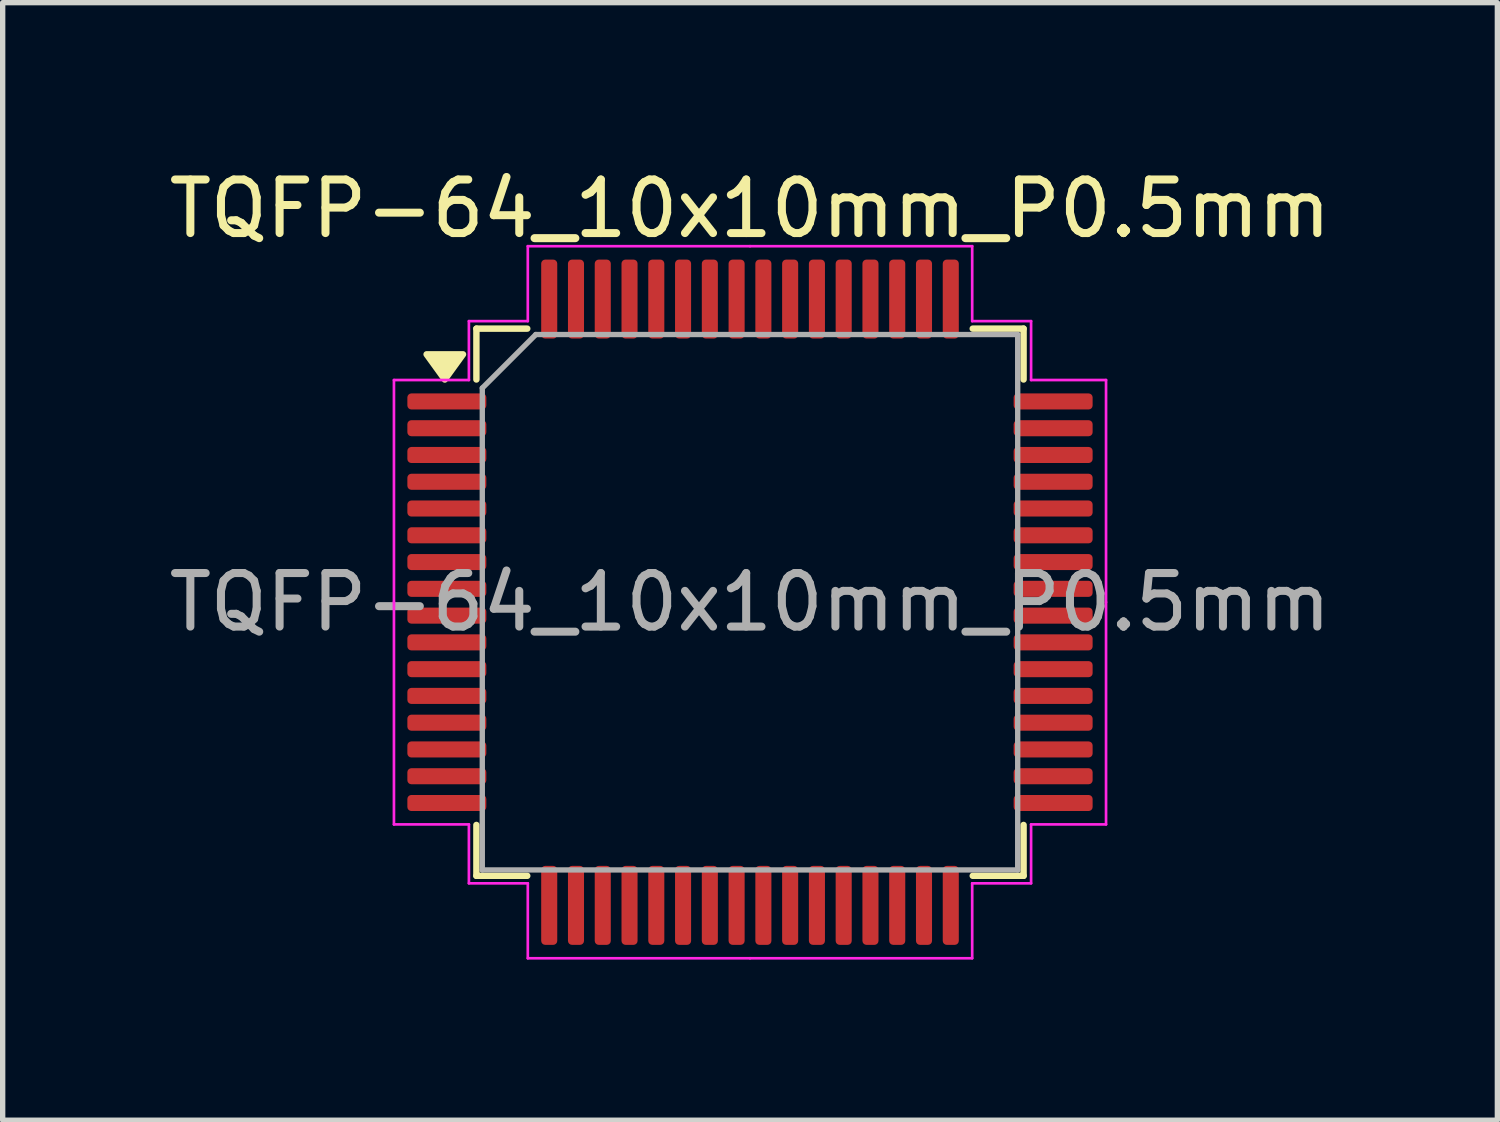
<source format=kicad_pcb>
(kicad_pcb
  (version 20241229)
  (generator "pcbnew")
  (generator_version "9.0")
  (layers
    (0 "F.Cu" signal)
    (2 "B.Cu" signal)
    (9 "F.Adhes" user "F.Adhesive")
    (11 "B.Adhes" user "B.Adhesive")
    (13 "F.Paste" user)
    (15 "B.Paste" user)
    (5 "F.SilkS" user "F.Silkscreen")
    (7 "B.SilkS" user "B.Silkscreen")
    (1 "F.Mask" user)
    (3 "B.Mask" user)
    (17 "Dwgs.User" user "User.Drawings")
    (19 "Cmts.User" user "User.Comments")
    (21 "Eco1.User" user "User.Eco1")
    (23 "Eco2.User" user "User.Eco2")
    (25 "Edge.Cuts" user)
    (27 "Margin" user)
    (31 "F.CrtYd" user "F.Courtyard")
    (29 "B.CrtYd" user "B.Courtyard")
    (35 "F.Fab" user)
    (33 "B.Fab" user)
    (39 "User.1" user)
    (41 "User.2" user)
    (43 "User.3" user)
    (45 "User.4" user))
  (footprint "TQFP-64_10x10mm_P0.5mm"
    (layer "F.Cu")
    (at 10.958 8.198)
    (property "Reference" "TQFP-64_10x10mm_P0.5mm" (at 0 -7.35 0) (layer "F.SilkS") (effects (font (size 1 1) (thickness 0.15))))
    (attr smd)
    (fp_line (start -5.11 -5.11) (end -5.11 -4.16) (stroke (width 0.12) (type solid)) (layer "F.SilkS"))
    (fp_line (start -5.11 5.11) (end -5.11 4.16) (stroke (width 0.12) (type solid)) (layer "F.SilkS"))
    (fp_line (start -4.16 -5.11) (end -5.11 -5.11) (stroke (width 0.12) (type solid)) (layer "F.SilkS"))
    (fp_line (start -4.16 5.11) (end -5.11 5.11) (stroke (width 0.12) (type solid)) (layer "F.SilkS"))
    (fp_line (start 4.16 -5.11) (end 5.11 -5.11) (stroke (width 0.12) (type solid)) (layer "F.SilkS"))
    (fp_line (start 4.16 5.11) (end 5.11 5.11) (stroke (width 0.12) (type solid)) (layer "F.SilkS"))
    (fp_line (start 5.11 -5.11) (end 5.11 -4.16) (stroke (width 0.12) (type solid)) (layer "F.SilkS"))
    (fp_line (start 5.11 5.11) (end 5.11 4.16) (stroke (width 0.12) (type solid)) (layer "F.SilkS"))
    (fp_poly (pts (xy -5.7 -4.16) (xy -6.04 -4.63) (xy -5.36 -4.63) (xy -5.7 -4.16)) (stroke (width 0.12) (type solid)) (fill yes) (layer "F.SilkS"))
    (fp_line (start -6.65 -4.15) (end -6.65 0) (stroke (width 0.05) (type solid)) (layer "F.CrtYd"))
    (fp_line (start -6.65 4.15) (end -6.65 0) (stroke (width 0.05) (type solid)) (layer "F.CrtYd"))
    (fp_line (start -5.25 -5.25) (end -5.25 -4.15) (stroke (width 0.05) (type solid)) (layer "F.CrtYd"))
    (fp_line (start -5.25 -4.15) (end -6.65 -4.15) (stroke (width 0.05) (type solid)) (layer "F.CrtYd"))
    (fp_line (start -5.25 4.15) (end -6.65 4.15) (stroke (width 0.05) (type solid)) (layer "F.CrtYd"))
    (fp_line (start -5.25 5.25) (end -5.25 4.15) (stroke (width 0.05) (type solid)) (layer "F.CrtYd"))
    (fp_line (start -4.15 -6.65) (end -4.15 -5.25) (stroke (width 0.05) (type solid)) (layer "F.CrtYd"))
    (fp_line (start -4.15 -5.25) (end -5.25 -5.25) (stroke (width 0.05) (type solid)) (layer "F.CrtYd"))
    (fp_line (start -4.15 5.25) (end -5.25 5.25) (stroke (width 0.05) (type solid)) (layer "F.CrtYd"))
    (fp_line (start -4.15 6.65) (end -4.15 5.25) (stroke (width 0.05) (type solid)) (layer "F.CrtYd"))
    (fp_line (start 0 -6.65) (end -4.15 -6.65) (stroke (width 0.05) (type solid)) (layer "F.CrtYd"))
    (fp_line (start 0 -6.65) (end 4.15 -6.65) (stroke (width 0.05) (type solid)) (layer "F.CrtYd"))
    (fp_line (start 0 6.65) (end -4.15 6.65) (stroke (width 0.05) (type solid)) (layer "F.CrtYd"))
    (fp_line (start 0 6.65) (end 4.15 6.65) (stroke (width 0.05) (type solid)) (layer "F.CrtYd"))
    (fp_line (start 4.15 -6.65) (end 4.15 -5.25) (stroke (width 0.05) (type solid)) (layer "F.CrtYd"))
    (fp_line (start 4.15 -5.25) (end 5.25 -5.25) (stroke (width 0.05) (type solid)) (layer "F.CrtYd"))
    (fp_line (start 4.15 5.25) (end 5.25 5.25) (stroke (width 0.05) (type solid)) (layer "F.CrtYd"))
    (fp_line (start 4.15 6.65) (end 4.15 5.25) (stroke (width 0.05) (type solid)) (layer "F.CrtYd"))
    (fp_line (start 5.25 -5.25) (end 5.25 -4.15) (stroke (width 0.05) (type solid)) (layer "F.CrtYd"))
    (fp_line (start 5.25 -4.15) (end 6.65 -4.15) (stroke (width 0.05) (type solid)) (layer "F.CrtYd"))
    (fp_line (start 5.25 4.15) (end 6.65 4.15) (stroke (width 0.05) (type solid)) (layer "F.CrtYd"))
    (fp_line (start 5.25 5.25) (end 5.25 4.15) (stroke (width 0.05) (type solid)) (layer "F.CrtYd"))
    (fp_line (start 6.65 -4.15) (end 6.65 0) (stroke (width 0.05) (type solid)) (layer "F.CrtYd"))
    (fp_line (start 6.65 4.15) (end 6.65 0) (stroke (width 0.05) (type solid)) (layer "F.CrtYd"))
    (fp_line (start -5 -4) (end -4 -5) (stroke (width 0.1) (type solid)) (layer "F.Fab"))
    (fp_line (start -5 5) (end -5 -4) (stroke (width 0.1) (type solid)) (layer "F.Fab"))
    (fp_line (start -4 -5) (end 5 -5) (stroke (width 0.1) (type solid)) (layer "F.Fab"))
    (fp_line (start 5 -5) (end 5 5) (stroke (width 0.1) (type solid)) (layer "F.Fab"))
    (fp_line (start 5 5) (end -5 5) (stroke (width 0.1) (type solid)) (layer "F.Fab"))
    (fp_text user "${REFERENCE}" (at 0 0 0) (layer "F.Fab") (effects (font (size 1 1) (thickness 0.15))))
    (pad "1" smd roundrect (at -5.662 -3.75) (size 1.475 0.3) (layers "F.Cu" "F.Mask" "F.Paste") (roundrect_rratio 0.25))
    (pad "2" smd roundrect (at -5.662 -3.25) (size 1.475 0.3) (layers "F.Cu" "F.Mask" "F.Paste") (roundrect_rratio 0.25))
    (pad "3" smd roundrect (at -5.662 -2.75) (size 1.475 0.3) (layers "F.Cu" "F.Mask" "F.Paste") (roundrect_rratio 0.25))
    (pad "4" smd roundrect (at -5.662 -2.25) (size 1.475 0.3) (layers "F.Cu" "F.Mask" "F.Paste") (roundrect_rratio 0.25))
    (pad "5" smd roundrect (at -5.662 -1.75) (size 1.475 0.3) (layers "F.Cu" "F.Mask" "F.Paste") (roundrect_rratio 0.25))
    (pad "6" smd roundrect (at -5.662 -1.25) (size 1.475 0.3) (layers "F.Cu" "F.Mask" "F.Paste") (roundrect_rratio 0.25))
    (pad "7" smd roundrect (at -5.662 -0.75) (size 1.475 0.3) (layers "F.Cu" "F.Mask" "F.Paste") (roundrect_rratio 0.25))
    (pad "8" smd roundrect (at -5.662 -0.25) (size 1.475 0.3) (layers "F.Cu" "F.Mask" "F.Paste") (roundrect_rratio 0.25))
    (pad "9" smd roundrect (at -5.662 0.25) (size 1.475 0.3) (layers "F.Cu" "F.Mask" "F.Paste") (roundrect_rratio 0.25))
    (pad "10" smd roundrect (at -5.662 0.75) (size 1.475 0.3) (layers "F.Cu" "F.Mask" "F.Paste") (roundrect_rratio 0.25))
    (pad "11" smd roundrect (at -5.662 1.25) (size 1.475 0.3) (layers "F.Cu" "F.Mask" "F.Paste") (roundrect_rratio 0.25))
    (pad "12" smd roundrect (at -5.662 1.75) (size 1.475 0.3) (layers "F.Cu" "F.Mask" "F.Paste") (roundrect_rratio 0.25))
    (pad "13" smd roundrect (at -5.662 2.25) (size 1.475 0.3) (layers "F.Cu" "F.Mask" "F.Paste") (roundrect_rratio 0.25))
    (pad "14" smd roundrect (at -5.662 2.75) (size 1.475 0.3) (layers "F.Cu" "F.Mask" "F.Paste") (roundrect_rratio 0.25))
    (pad "15" smd roundrect (at -5.662 3.25) (size 1.475 0.3) (layers "F.Cu" "F.Mask" "F.Paste") (roundrect_rratio 0.25))
    (pad "16" smd roundrect (at -5.662 3.75) (size 1.475 0.3) (layers "F.Cu" "F.Mask" "F.Paste") (roundrect_rratio 0.25))
    (pad "17" smd roundrect (at -3.75 5.662) (size 0.3 1.475) (layers "F.Cu" "F.Mask" "F.Paste") (roundrect_rratio 0.25))
    (pad "18" smd roundrect (at -3.25 5.662) (size 0.3 1.475) (layers "F.Cu" "F.Mask" "F.Paste") (roundrect_rratio 0.25))
    (pad "19" smd roundrect (at -2.75 5.662) (size 0.3 1.475) (layers "F.Cu" "F.Mask" "F.Paste") (roundrect_rratio 0.25))
    (pad "20" smd roundrect (at -2.25 5.662) (size 0.3 1.475) (layers "F.Cu" "F.Mask" "F.Paste") (roundrect_rratio 0.25))
    (pad "21" smd roundrect (at -1.75 5.662) (size 0.3 1.475) (layers "F.Cu" "F.Mask" "F.Paste") (roundrect_rratio 0.25))
    (pad "22" smd roundrect (at -1.25 5.662) (size 0.3 1.475) (layers "F.Cu" "F.Mask" "F.Paste") (roundrect_rratio 0.25))
    (pad "23" smd roundrect (at -0.75 5.662) (size 0.3 1.475) (layers "F.Cu" "F.Mask" "F.Paste") (roundrect_rratio 0.25))
    (pad "24" smd roundrect (at -0.25 5.662) (size 0.3 1.475) (layers "F.Cu" "F.Mask" "F.Paste") (roundrect_rratio 0.25))
    (pad "25" smd roundrect (at 0.25 5.662) (size 0.3 1.475) (layers "F.Cu" "F.Mask" "F.Paste") (roundrect_rratio 0.25))
    (pad "26" smd roundrect (at 0.75 5.662) (size 0.3 1.475) (layers "F.Cu" "F.Mask" "F.Paste") (roundrect_rratio 0.25))
    (pad "27" smd roundrect (at 1.25 5.662) (size 0.3 1.475) (layers "F.Cu" "F.Mask" "F.Paste") (roundrect_rratio 0.25))
    (pad "28" smd roundrect (at 1.75 5.662) (size 0.3 1.475) (layers "F.Cu" "F.Mask" "F.Paste") (roundrect_rratio 0.25))
    (pad "29" smd roundrect (at 2.25 5.662) (size 0.3 1.475) (layers "F.Cu" "F.Mask" "F.Paste") (roundrect_rratio 0.25))
    (pad "30" smd roundrect (at 2.75 5.662) (size 0.3 1.475) (layers "F.Cu" "F.Mask" "F.Paste") (roundrect_rratio 0.25))
    (pad "31" smd roundrect (at 3.25 5.662) (size 0.3 1.475) (layers "F.Cu" "F.Mask" "F.Paste") (roundrect_rratio 0.25))
    (pad "32" smd roundrect (at 3.75 5.662) (size 0.3 1.475) (layers "F.Cu" "F.Mask" "F.Paste") (roundrect_rratio 0.25))
    (pad "33" smd roundrect (at 5.662 3.75) (size 1.475 0.3) (layers "F.Cu" "F.Mask" "F.Paste") (roundrect_rratio 0.25))
    (pad "34" smd roundrect (at 5.662 3.25) (size 1.475 0.3) (layers "F.Cu" "F.Mask" "F.Paste") (roundrect_rratio 0.25))
    (pad "35" smd roundrect (at 5.662 2.75) (size 1.475 0.3) (layers "F.Cu" "F.Mask" "F.Paste") (roundrect_rratio 0.25))
    (pad "36" smd roundrect (at 5.662 2.25) (size 1.475 0.3) (layers "F.Cu" "F.Mask" "F.Paste") (roundrect_rratio 0.25))
    (pad "37" smd roundrect (at 5.662 1.75) (size 1.475 0.3) (layers "F.Cu" "F.Mask" "F.Paste") (roundrect_rratio 0.25))
    (pad "38" smd roundrect (at 5.662 1.25) (size 1.475 0.3) (layers "F.Cu" "F.Mask" "F.Paste") (roundrect_rratio 0.25))
    (pad "39" smd roundrect (at 5.662 0.75) (size 1.475 0.3) (layers "F.Cu" "F.Mask" "F.Paste") (roundrect_rratio 0.25))
    (pad "40" smd roundrect (at 5.662 0.25) (size 1.475 0.3) (layers "F.Cu" "F.Mask" "F.Paste") (roundrect_rratio 0.25))
    (pad "41" smd roundrect (at 5.662 -0.25) (size 1.475 0.3) (layers "F.Cu" "F.Mask" "F.Paste") (roundrect_rratio 0.25))
    (pad "42" smd roundrect (at 5.662 -0.75) (size 1.475 0.3) (layers "F.Cu" "F.Mask" "F.Paste") (roundrect_rratio 0.25))
    (pad "43" smd roundrect (at 5.662 -1.25) (size 1.475 0.3) (layers "F.Cu" "F.Mask" "F.Paste") (roundrect_rratio 0.25))
    (pad "44" smd roundrect (at 5.662 -1.75) (size 1.475 0.3) (layers "F.Cu" "F.Mask" "F.Paste") (roundrect_rratio 0.25))
    (pad "45" smd roundrect (at 5.662 -2.25) (size 1.475 0.3) (layers "F.Cu" "F.Mask" "F.Paste") (roundrect_rratio 0.25))
    (pad "46" smd roundrect (at 5.662 -2.75) (size 1.475 0.3) (layers "F.Cu" "F.Mask" "F.Paste") (roundrect_rratio 0.25))
    (pad "47" smd roundrect (at 5.662 -3.25) (size 1.475 0.3) (layers "F.Cu" "F.Mask" "F.Paste") (roundrect_rratio 0.25))
    (pad "48" smd roundrect (at 5.662 -3.75) (size 1.475 0.3) (layers "F.Cu" "F.Mask" "F.Paste") (roundrect_rratio 0.25))
    (pad "49" smd roundrect (at 3.75 -5.662) (size 0.3 1.475) (layers "F.Cu" "F.Mask" "F.Paste") (roundrect_rratio 0.25))
    (pad "50" smd roundrect (at 3.25 -5.662) (size 0.3 1.475) (layers "F.Cu" "F.Mask" "F.Paste") (roundrect_rratio 0.25))
    (pad "51" smd roundrect (at 2.75 -5.662) (size 0.3 1.475) (layers "F.Cu" "F.Mask" "F.Paste") (roundrect_rratio 0.25))
    (pad "52" smd roundrect (at 2.25 -5.662) (size 0.3 1.475) (layers "F.Cu" "F.Mask" "F.Paste") (roundrect_rratio 0.25))
    (pad "53" smd roundrect (at 1.75 -5.662) (size 0.3 1.475) (layers "F.Cu" "F.Mask" "F.Paste") (roundrect_rratio 0.25))
    (pad "54" smd roundrect (at 1.25 -5.662) (size 0.3 1.475) (layers "F.Cu" "F.Mask" "F.Paste") (roundrect_rratio 0.25))
    (pad "55" smd roundrect (at 0.75 -5.662) (size 0.3 1.475) (layers "F.Cu" "F.Mask" "F.Paste") (roundrect_rratio 0.25))
    (pad "56" smd roundrect (at 0.25 -5.662) (size 0.3 1.475) (layers "F.Cu" "F.Mask" "F.Paste") (roundrect_rratio 0.25))
    (pad "57" smd roundrect (at -0.25 -5.662) (size 0.3 1.475) (layers "F.Cu" "F.Mask" "F.Paste") (roundrect_rratio 0.25))
    (pad "58" smd roundrect (at -0.75 -5.662) (size 0.3 1.475) (layers "F.Cu" "F.Mask" "F.Paste") (roundrect_rratio 0.25))
    (pad "59" smd roundrect (at -1.25 -5.662) (size 0.3 1.475) (layers "F.Cu" "F.Mask" "F.Paste") (roundrect_rratio 0.25))
    (pad "60" smd roundrect (at -1.75 -5.662) (size 0.3 1.475) (layers "F.Cu" "F.Mask" "F.Paste") (roundrect_rratio 0.25))
    (pad "61" smd roundrect (at -2.25 -5.662) (size 0.3 1.475) (layers "F.Cu" "F.Mask" "F.Paste") (roundrect_rratio 0.25))
    (pad "62" smd roundrect (at -2.75 -5.662) (size 0.3 1.475) (layers "F.Cu" "F.Mask" "F.Paste") (roundrect_rratio 0.25))
    (pad "63" smd roundrect (at -3.25 -5.662) (size 0.3 1.475) (layers "F.Cu" "F.Mask" "F.Paste") (roundrect_rratio 0.25))
    (pad "64" smd roundrect (at -3.75 -5.662) (size 0.3 1.475) (layers "F.Cu" "F.Mask" "F.Paste") (roundrect_rratio 0.25)))
  (gr_rect
    (start -3 -3)
    (end 24.917 17.873)
    (stroke (width 0.1) (type default))
    (fill no)
    (layer "Edge.Cuts")))
</source>
